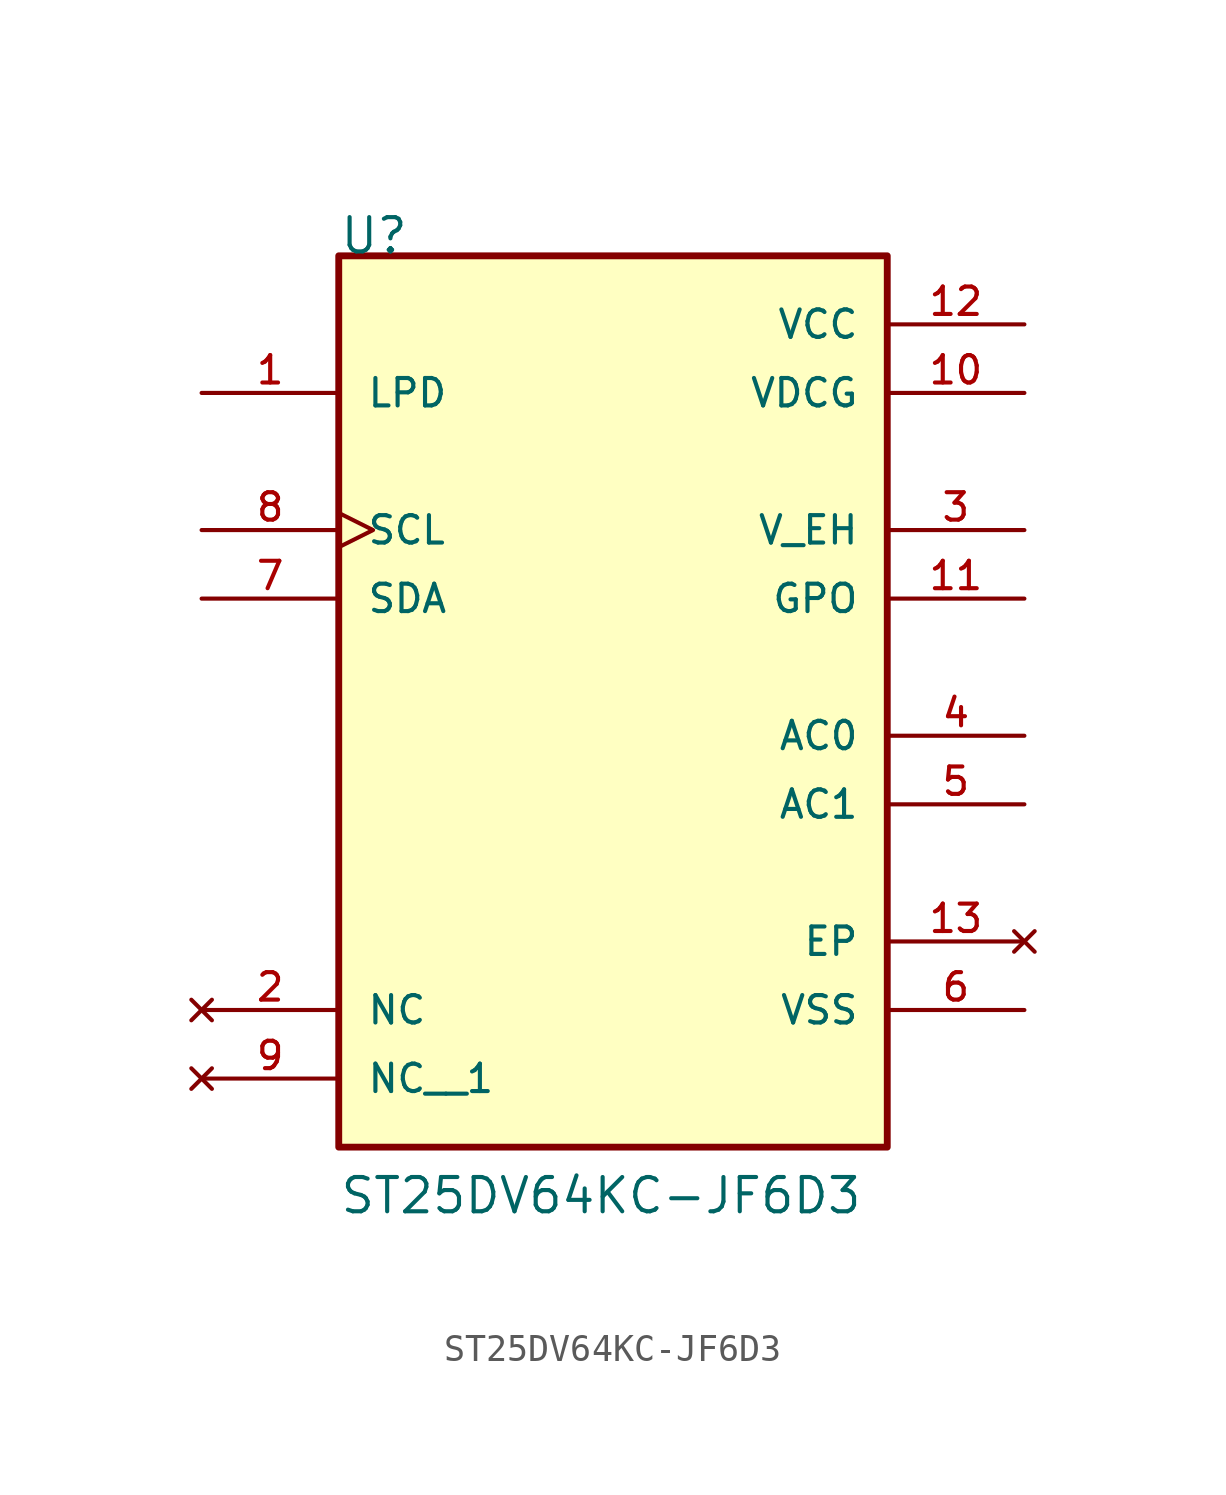
<source format=kicad_sym>
(kicad_symbol_lib
  (version 20211014)
  (generator kicad_symbol_editor)
  (symbol "ST25DV64KC-JF6D3"
    (pin_names
      (offset 1.016))
    (property "Reference" "U"
      (at -10.16 15.24 0)
      (effects (font (size 1.27 1.27)) (justify bottom left)))
    (property "Value" "ST25DV64KC-JF6D3"
      (at -10.16 -20.32 0)
      (effects (font (size 1.27 1.27)) (justify bottom left)))
    (symbol "ST25DV64KC-JF6D3_0_0"
      (rectangle (start -10.16 -17.78) (end 10.16 15.24) (stroke (width 0.254)) (fill (type background)))
      (pin bidirectional line (at -15.24 2.54 0) (length 5.08) (name "SDA" (effects (font (size 1.016 1.016)))) (number "7" (effects (font (size 1.016 1.016)))))
      (pin output line (at 15.24 5.08 180.0) (length 5.08) (name "V_EH" (effects (font (size 1.016 1.016)))) (number "3" (effects (font (size 1.016 1.016)))))
      (pin bidirectional line (at 15.24 -2.54 180.0) (length 5.08) (name "AC0" (effects (font (size 1.016 1.016)))) (number "4" (effects (font (size 1.016 1.016)))))
      (pin output line (at 15.24 2.54 180.0) (length 5.08) (name "GPO" (effects (font (size 1.016 1.016)))) (number "11" (effects (font (size 1.016 1.016)))))
      (pin input clock (at -15.24 5.08 0) (length 5.08) (name "SCL" (effects (font (size 1.016 1.016)))) (number "8" (effects (font (size 1.016 1.016)))))
      (pin bidirectional line (at 15.24 -5.08 180.0) (length 5.08) (name "AC1" (effects (font (size 1.016 1.016)))) (number "5" (effects (font (size 1.016 1.016)))))
      (pin power_in line (at 15.24 12.7 180.0) (length 5.08) (name "VCC" (effects (font (size 1.016 1.016)))) (number "12" (effects (font (size 1.016 1.016)))))
      (pin power_in line (at 15.24 -12.7 180.0) (length 5.08) (name "VSS" (effects (font (size 1.016 1.016)))) (number "6" (effects (font (size 1.016 1.016)))))
      (pin input line (at -15.24 10.16 0) (length 5.08) (name "LPD" (effects (font (size 1.016 1.016)))) (number "1" (effects (font (size 1.016 1.016)))))
      (pin power_in line (at 15.24 10.16 180.0) (length 5.08) (name "VDCG" (effects (font (size 1.016 1.016)))) (number "10" (effects (font (size 1.016 1.016)))))
      (pin no_connect line (at -15.24 -12.7 0) (length 5.08) (name "NC" (effects (font (size 1.016 1.016)))) (number "2" (effects (font (size 1.016 1.016)))))
      (pin no_connect line (at 15.24 -10.16 180.0) (length 5.08) (name "EP" (effects (font (size 1.016 1.016)))) (number "13" (effects (font (size 1.016 1.016)))))
      (pin no_connect line (at -15.24 -15.24 0) (length 5.08) (name "NC__1" (effects (font (size 1.016 1.016)))) (number "9" (effects (font (size 1.016 1.016))))))))
</source>
